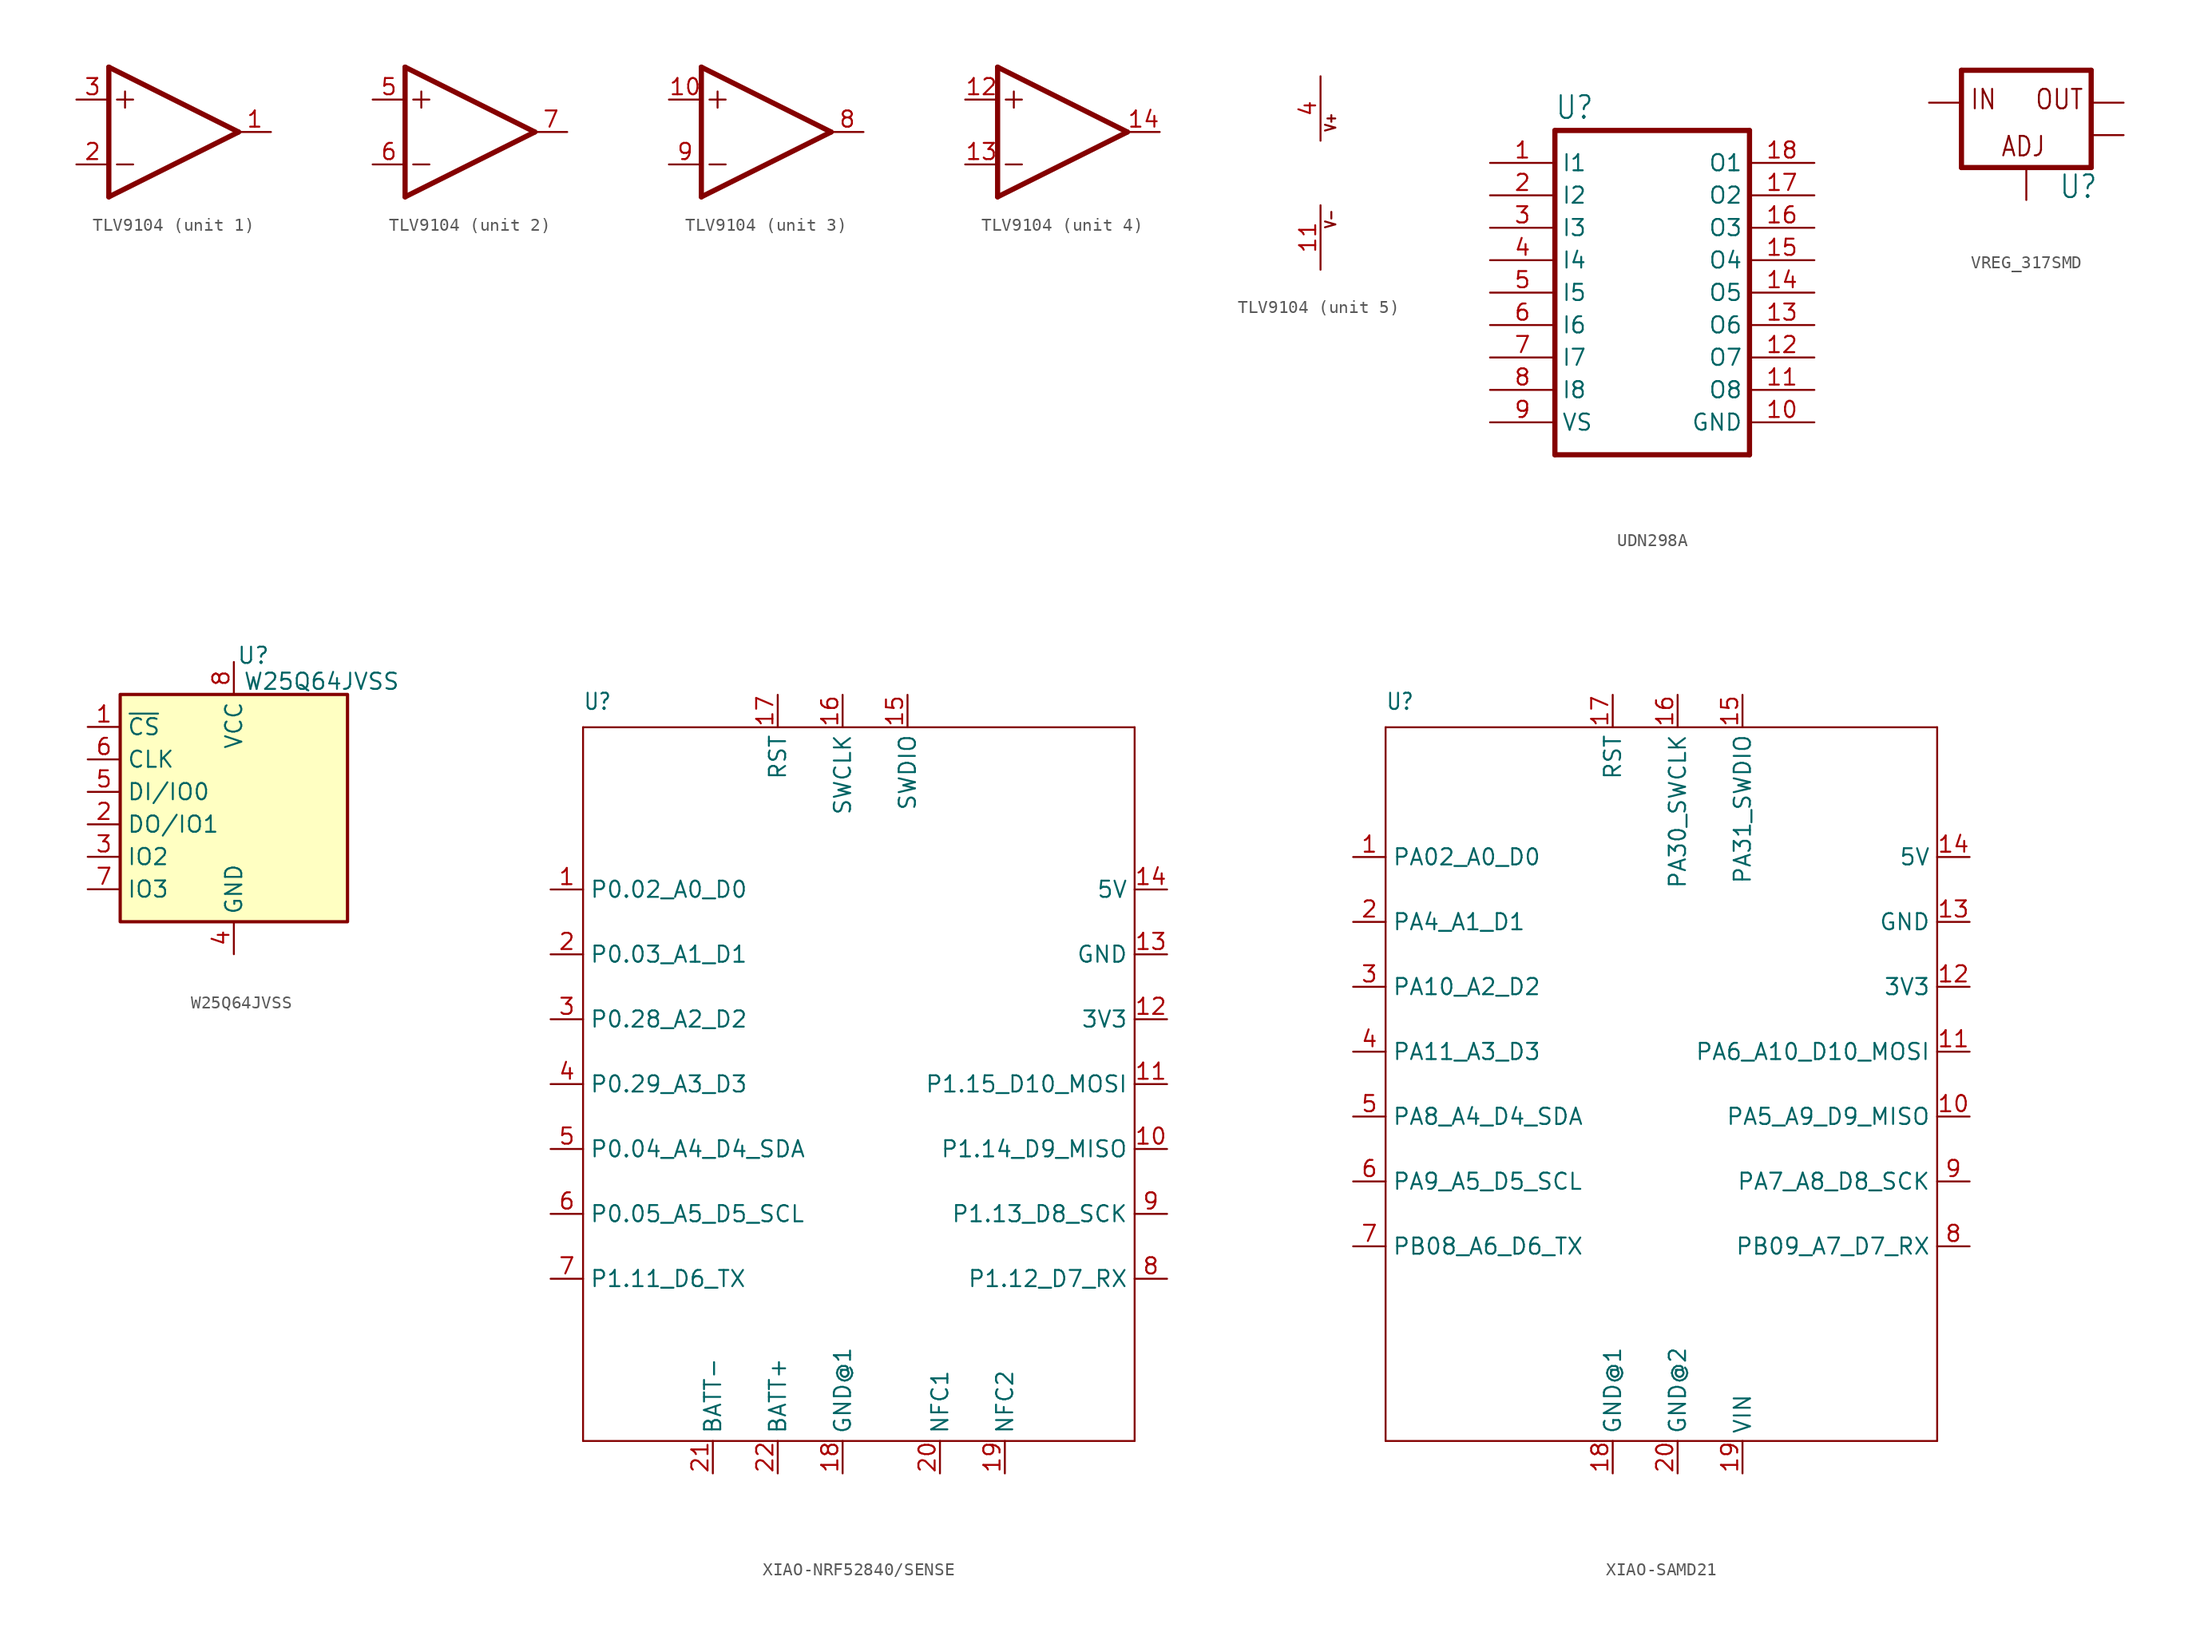
<source format=kicad_sym>
(kicad_symbol_lib
  (version 20241209)
  (generator "kicad_symbol_editor")
  (generator_version "9.0")
  (symbol "TLV9104"
    (property "Reference" "U"
      (at 2.54 3.175 0)
      (effects (font (size 1.778 1.511)) (justify left bottom) (hide yes)))
    (property "ki_locked" ""
      (at 0 0 0)
      (effects (font (size 1.27 1.27))))
    (symbol "TLV9104_1_0"
      (polyline (pts (xy -5.08 5.08) (xy -5.08 -5.08)) (stroke (width 0.406) (type solid)) (fill (type none)))
      (polyline (pts (xy -5.08 -5.08) (xy 5.08 0)) (stroke (width 0.406) (type solid)) (fill (type none)))
      (polyline (pts (xy -4.445 2.54) (xy -3.175 2.54)) (stroke (width 0.152) (type solid)) (fill (type none)))
      (polyline (pts (xy -4.445 -2.54) (xy -3.175 -2.54)) (stroke (width 0.152) (type solid)) (fill (type none)))
      (polyline (pts (xy -3.81 3.175) (xy -3.81 1.905)) (stroke (width 0.152) (type solid)) (fill (type none)))
      (polyline (pts (xy 5.08 0) (xy -5.08 5.08)) (stroke (width 0.406) (type solid)) (fill (type none)))
      (pin input line (at -7.62 2.54 0) (length 2.54) (name "+IN" (effects (font (size 0 0)))) (number "3" (effects (font (size 1.27 1.27)))))
      (pin input line (at -7.62 -2.54 0) (length 2.54) (name "-IN" (effects (font (size 0 0)))) (number "2" (effects (font (size 1.27 1.27)))))
      (pin output line (at 7.62 0 180) (length 2.54) (name "OUT" (effects (font (size 0 0)))) (number "1" (effects (font (size 1.27 1.27))))))
    (symbol "TLV9104_2_0"
      (polyline (pts (xy -5.08 5.08) (xy -5.08 -5.08)) (stroke (width 0.406) (type solid)) (fill (type none)))
      (polyline (pts (xy -5.08 -5.08) (xy 5.08 0)) (stroke (width 0.406) (type solid)) (fill (type none)))
      (polyline (pts (xy -4.445 2.54) (xy -3.175 2.54)) (stroke (width 0.152) (type solid)) (fill (type none)))
      (polyline (pts (xy -4.445 -2.54) (xy -3.175 -2.54)) (stroke (width 0.152) (type solid)) (fill (type none)))
      (polyline (pts (xy -3.81 3.175) (xy -3.81 1.905)) (stroke (width 0.152) (type solid)) (fill (type none)))
      (polyline (pts (xy 5.08 0) (xy -5.08 5.08)) (stroke (width 0.406) (type solid)) (fill (type none)))
      (pin input line (at -7.62 2.54 0) (length 2.54) (name "+IN" (effects (font (size 0 0)))) (number "5" (effects (font (size 1.27 1.27)))))
      (pin input line (at -7.62 -2.54 0) (length 2.54) (name "-IN" (effects (font (size 0 0)))) (number "6" (effects (font (size 1.27 1.27)))))
      (pin output line (at 7.62 0 180) (length 2.54) (name "OUT" (effects (font (size 0 0)))) (number "7" (effects (font (size 1.27 1.27))))))
    (symbol "TLV9104_3_0"
      (polyline (pts (xy -5.08 5.08) (xy -5.08 -5.08)) (stroke (width 0.406) (type solid)) (fill (type none)))
      (polyline (pts (xy -5.08 -5.08) (xy 5.08 0)) (stroke (width 0.406) (type solid)) (fill (type none)))
      (polyline (pts (xy -4.445 2.54) (xy -3.175 2.54)) (stroke (width 0.152) (type solid)) (fill (type none)))
      (polyline (pts (xy -4.445 -2.54) (xy -3.175 -2.54)) (stroke (width 0.152) (type solid)) (fill (type none)))
      (polyline (pts (xy -3.81 3.175) (xy -3.81 1.905)) (stroke (width 0.152) (type solid)) (fill (type none)))
      (polyline (pts (xy 5.08 0) (xy -5.08 5.08)) (stroke (width 0.406) (type solid)) (fill (type none)))
      (pin input line (at -7.62 2.54 0) (length 2.54) (name "+IN" (effects (font (size 0 0)))) (number "10" (effects (font (size 1.27 1.27)))))
      (pin input line (at -7.62 -2.54 0) (length 2.54) (name "-IN" (effects (font (size 0 0)))) (number "9" (effects (font (size 1.27 1.27)))))
      (pin output line (at 7.62 0 180) (length 2.54) (name "OUT" (effects (font (size 0 0)))) (number "8" (effects (font (size 1.27 1.27))))))
    (symbol "TLV9104_4_0"
      (polyline (pts (xy -5.08 5.08) (xy -5.08 -5.08)) (stroke (width 0.406) (type solid)) (fill (type none)))
      (polyline (pts (xy -5.08 -5.08) (xy 5.08 0)) (stroke (width 0.406) (type solid)) (fill (type none)))
      (polyline (pts (xy -4.445 2.54) (xy -3.175 2.54)) (stroke (width 0.152) (type solid)) (fill (type none)))
      (polyline (pts (xy -4.445 -2.54) (xy -3.175 -2.54)) (stroke (width 0.152) (type solid)) (fill (type none)))
      (polyline (pts (xy -3.81 3.175) (xy -3.81 1.905)) (stroke (width 0.152) (type solid)) (fill (type none)))
      (polyline (pts (xy 5.08 0) (xy -5.08 5.08)) (stroke (width 0.406) (type solid)) (fill (type none)))
      (pin input line (at -7.62 2.54 0) (length 2.54) (name "+IN" (effects (font (size 0 0)))) (number "12" (effects (font (size 1.27 1.27)))))
      (pin input line (at -7.62 -2.54 0) (length 2.54) (name "-IN" (effects (font (size 0 0)))) (number "13" (effects (font (size 1.27 1.27)))))
      (pin output line (at 7.62 0 180) (length 2.54) (name "OUT" (effects (font (size 0 0)))) (number "14" (effects (font (size 1.27 1.27))))))
    (symbol "TLV9104_5_0"
      (text "V+" (at 1.27 3.175 900) (effects (font (size 0.813 0.691)) (justify left bottom)))
      (text "V-" (at 1.27 -4.445 900) (effects (font (size 0.813 0.691)) (justify left bottom)))
      (pin power_in line (at 0 7.62 270) (length 5.08) (name "V+" (effects (font (size 0 0)))) (number "4" (effects (font (size 1.27 1.27)))))
      (pin power_in line (at 0 -7.62 90) (length 5.08) (name "V-" (effects (font (size 0 0)))) (number "11" (effects (font (size 1.27 1.27)))))))
  (symbol "UDN298A"
    (property "Reference" "U"
      (at -7.62 13.462 0)
      (effects (font (size 1.778 1.511)) (justify left bottom)))
    (property "Value" ""
      (at -7.62 -15.24 0)
      (effects (font (size 1.778 1.511)) (justify left bottom)))
    (property "ki_locked" ""
      (at 0 0 0)
      (effects (font (size 1.27 1.27))))
    (symbol "UDN298A_1_0"
      (polyline (pts (xy -7.62 12.7) (xy -7.62 -12.7)) (stroke (width 0.406) (type solid)) (fill (type none)))
      (polyline (pts (xy -7.62 12.7) (xy 7.62 12.7)) (stroke (width 0.406) (type solid)) (fill (type none)))
      (polyline (pts (xy 7.62 -12.7) (xy -7.62 -12.7)) (stroke (width 0.406) (type solid)) (fill (type none)))
      (polyline (pts (xy 7.62 -12.7) (xy 7.62 12.7)) (stroke (width 0.406) (type solid)) (fill (type none)))
      (pin input line (at -12.7 10.16 0) (length 5.08) (name "I1" (effects (font (size 1.27 1.27)))) (number "1" (effects (font (size 1.27 1.27)))))
      (pin input line (at -12.7 7.62 0) (length 5.08) (name "I2" (effects (font (size 1.27 1.27)))) (number "2" (effects (font (size 1.27 1.27)))))
      (pin input line (at -12.7 5.08 0) (length 5.08) (name "I3" (effects (font (size 1.27 1.27)))) (number "3" (effects (font (size 1.27 1.27)))))
      (pin input line (at -12.7 2.54 0) (length 5.08) (name "I4" (effects (font (size 1.27 1.27)))) (number "4" (effects (font (size 1.27 1.27)))))
      (pin input line (at -12.7 0 0) (length 5.08) (name "I5" (effects (font (size 1.27 1.27)))) (number "5" (effects (font (size 1.27 1.27)))))
      (pin input line (at -12.7 -2.54 0) (length 5.08) (name "I6" (effects (font (size 1.27 1.27)))) (number "6" (effects (font (size 1.27 1.27)))))
      (pin input line (at -12.7 -5.08 0) (length 5.08) (name "I7" (effects (font (size 1.27 1.27)))) (number "7" (effects (font (size 1.27 1.27)))))
      (pin input line (at -12.7 -7.62 0) (length 5.08) (name "I8" (effects (font (size 1.27 1.27)))) (number "8" (effects (font (size 1.27 1.27)))))
      (pin passive line (at -12.7 -10.16 0) (length 5.08) (name "VS" (effects (font (size 1.27 1.27)))) (number "9" (effects (font (size 1.27 1.27)))))
      (pin open_collector line (at 12.7 10.16 180) (length 5.08) (name "O1" (effects (font (size 1.27 1.27)))) (number "18" (effects (font (size 1.27 1.27)))))
      (pin open_collector line (at 12.7 7.62 180) (length 5.08) (name "O2" (effects (font (size 1.27 1.27)))) (number "17" (effects (font (size 1.27 1.27)))))
      (pin open_collector line (at 12.7 5.08 180) (length 5.08) (name "O3" (effects (font (size 1.27 1.27)))) (number "16" (effects (font (size 1.27 1.27)))))
      (pin open_collector line (at 12.7 2.54 180) (length 5.08) (name "O4" (effects (font (size 1.27 1.27)))) (number "15" (effects (font (size 1.27 1.27)))))
      (pin open_collector line (at 12.7 0 180) (length 5.08) (name "O5" (effects (font (size 1.27 1.27)))) (number "14" (effects (font (size 1.27 1.27)))))
      (pin open_collector line (at 12.7 -2.54 180) (length 5.08) (name "O6" (effects (font (size 1.27 1.27)))) (number "13" (effects (font (size 1.27 1.27)))))
      (pin open_collector line (at 12.7 -5.08 180) (length 5.08) (name "O7" (effects (font (size 1.27 1.27)))) (number "12" (effects (font (size 1.27 1.27)))))
      (pin open_collector line (at 12.7 -7.62 180) (length 5.08) (name "O8" (effects (font (size 1.27 1.27)))) (number "11" (effects (font (size 1.27 1.27)))))
      (pin power_in line (at 12.7 -10.16 180) (length 5.08) (name "GND" (effects (font (size 1.27 1.27)))) (number "10" (effects (font (size 1.27 1.27)))))))
  (symbol "VREG_317SMD"
    (property "Reference" "U"
      (at 2.54 -7.62 0)
      (effects (font (size 1.778 1.511)) (justify left bottom)))
    (property "Value" ""
      (at 2.54 -10.16 0)
      (effects (font (size 1.778 1.511)) (justify left bottom)))
    (property "ki_locked" ""
      (at 0 0 0)
      (effects (font (size 1.27 1.27))))
    (symbol "VREG_317SMD_1_0"
      (polyline (pts (xy -5.08 2.54) (xy -5.08 -5.08)) (stroke (width 0.406) (type solid)) (fill (type none)))
      (polyline (pts (xy -5.08 -5.08) (xy 5.08 -5.08)) (stroke (width 0.406) (type solid)) (fill (type none)))
      (polyline (pts (xy 5.08 2.54) (xy -5.08 2.54)) (stroke (width 0.406) (type solid)) (fill (type none)))
      (polyline (pts (xy 5.08 -5.08) (xy 5.08 2.54)) (stroke (width 0.406) (type solid)) (fill (type none)))
      (text "IN" (at -4.445 -0.635 0) (effects (font (size 1.524 1.295)) (justify left bottom)))
      (text "ADJ" (at -2.032 -4.318 0) (effects (font (size 1.524 1.295)) (justify left bottom)))
      (text "OUT" (at 0.635 -0.635 0) (effects (font (size 1.524 1.295)) (justify left bottom)))
      (pin input line (at -7.62 0 0) (length 2.54) (name "IN" (effects (font (size 0 0)))) (number "3" (effects (font (size 0 0)))))
      (pin input line (at 0 -7.62 90) (length 2.54) (name "ADJ" (effects (font (size 0 0)))) (number "1" (effects (font (size 0 0)))))
      (pin output line (at 7.62 0 180) (length 2.54) (name "OUT1" (effects (font (size 0 0)))) (number "2" (effects (font (size 0 0)))))
      (pin output line (at 7.62 -2.54 180) (length 2.54) (name "OUT2" (effects (font (size 0 0)))) (number "4" (effects (font (size 0 0)))))))
  (symbol "W25Q64JVSS"
    (property "Reference" "U"
      (at 1.524 13.208 0)
      (effects (font (size 1.27 1.27))))
    (property "Value" "W25Q64JVSS"
      (at 6.858 11.176 0)
      (effects (font (size 1.27 1.27))))
    (symbol "W25Q64JVSS_0_1"
      (rectangle (start -8.89 10.16) (end 8.89 -7.62) (stroke (width 0.254) (type default)) (fill (type background))))
    (symbol "W25Q64JVSS_1_1"
      (pin input line (at -11.43 7.62 0) (length 2.54) (name "~{CS}" (effects (font (size 1.27 1.27)))) (number "1" (effects (font (size 1.27 1.27)))))
      (pin input line (at -11.43 5.08 0) (length 2.54) (name "CLK" (effects (font (size 1.27 1.27)))) (number "6" (effects (font (size 1.27 1.27)))))
      (pin bidirectional line (at -11.43 2.54 0) (length 2.54) (name "DI/IO0" (effects (font (size 1.27 1.27)))) (number "5" (effects (font (size 1.27 1.27)))))
      (pin bidirectional line (at -11.43 0 0) (length 2.54) (name "DO/IO1" (effects (font (size 1.27 1.27)))) (number "2" (effects (font (size 1.27 1.27)))))
      (pin bidirectional line (at -11.43 -2.54 0) (length 2.54) (name "IO2" (effects (font (size 1.27 1.27)))) (number "3" (effects (font (size 1.27 1.27)))))
      (pin bidirectional line (at -11.43 -5.08 0) (length 2.54) (name "IO3" (effects (font (size 1.27 1.27)))) (number "7" (effects (font (size 1.27 1.27)))))
      (pin power_in line (at 0 12.7 270) (length 2.54) (name "VCC" (effects (font (size 1.27 1.27)))) (number "8" (effects (font (size 1.27 1.27)))))
      (pin power_in line (at 0 -10.16 90) (length 2.54) (name "GND" (effects (font (size 1.27 1.27)))) (number "4" (effects (font (size 1.27 1.27)))))))
  (symbol "XIAO-NRF52840/SENSE"
    (property "Reference" "U"
      (at -20.32 31.75 0)
      (effects (font (size 1.27 1.079)) (justify left bottom)))
    (property "Value" ""
      (at -20.32 30.48 0)
      (effects (font (size 1.27 1.079)) (justify left bottom)))
    (property "ki_locked" ""
      (at 0 0 0)
      (effects (font (size 1.27 1.27))))
    (symbol "XIAO-NRF52840/SENSE_1_0"
      (polyline (pts (xy -20.32 30.48) (xy -20.32 -25.4)) (stroke (width 0.152) (type solid)) (fill (type none)))
      (polyline (pts (xy -20.32 -25.4) (xy 22.86 -25.4)) (stroke (width 0.152) (type solid)) (fill (type none)))
      (polyline (pts (xy 22.86 30.48) (xy -20.32 30.48)) (stroke (width 0.152) (type solid)) (fill (type none)))
      (polyline (pts (xy 22.86 -25.4) (xy 22.86 30.48)) (stroke (width 0.152) (type solid)) (fill (type none)))
      (pin bidirectional line (at -22.86 17.78 0) (length 2.54) (name "P0.02_A0_D0" (effects (font (size 1.27 1.27)))) (number "1" (effects (font (size 1.27 1.27)))))
      (pin bidirectional line (at -22.86 12.7 0) (length 2.54) (name "P0.03_A1_D1" (effects (font (size 1.27 1.27)))) (number "2" (effects (font (size 1.27 1.27)))))
      (pin bidirectional line (at -22.86 7.62 0) (length 2.54) (name "P0.28_A2_D2" (effects (font (size 1.27 1.27)))) (number "3" (effects (font (size 1.27 1.27)))))
      (pin bidirectional line (at -22.86 2.54 0) (length 2.54) (name "P0.29_A3_D3" (effects (font (size 1.27 1.27)))) (number "4" (effects (font (size 1.27 1.27)))))
      (pin bidirectional line (at -22.86 -2.54 0) (length 2.54) (name "P0.04_A4_D4_SDA" (effects (font (size 1.27 1.27)))) (number "5" (effects (font (size 1.27 1.27)))))
      (pin bidirectional line (at -22.86 -7.62 0) (length 2.54) (name "P0.05_A5_D5_SCL" (effects (font (size 1.27 1.27)))) (number "6" (effects (font (size 1.27 1.27)))))
      (pin bidirectional line (at -22.86 -12.7 0) (length 2.54) (name "P1.11_D6_TX" (effects (font (size 1.27 1.27)))) (number "7" (effects (font (size 1.27 1.27)))))
      (pin bidirectional line (at -10.16 -27.94 90) (length 2.54) (name "BATT-" (effects (font (size 1.27 1.27)))) (number "21" (effects (font (size 1.27 1.27)))))
      (pin bidirectional line (at -5.08 33.02 270) (length 2.54) (name "RST" (effects (font (size 1.27 1.27)))) (number "17" (effects (font (size 1.27 1.27)))))
      (pin bidirectional line (at -5.08 -27.94 90) (length 2.54) (name "BATT+" (effects (font (size 1.27 1.27)))) (number "22" (effects (font (size 1.27 1.27)))))
      (pin bidirectional line (at 0 33.02 270) (length 2.54) (name "SWCLK" (effects (font (size 1.27 1.27)))) (number "16" (effects (font (size 1.27 1.27)))))
      (pin bidirectional line (at 0 -27.94 90) (length 2.54) (name "GND@1" (effects (font (size 1.27 1.27)))) (number "18" (effects (font (size 1.27 1.27)))))
      (pin bidirectional line (at 5.08 33.02 270) (length 2.54) (name "SWDIO" (effects (font (size 1.27 1.27)))) (number "15" (effects (font (size 1.27 1.27)))))
      (pin bidirectional line (at 7.62 -27.94 90) (length 2.54) (name "NFC1" (effects (font (size 1.27 1.27)))) (number "20" (effects (font (size 1.27 1.27)))))
      (pin bidirectional line (at 12.7 -27.94 90) (length 2.54) (name "NFC2" (effects (font (size 1.27 1.27)))) (number "19" (effects (font (size 1.27 1.27)))))
      (pin bidirectional line (at 25.4 17.78 180) (length 2.54) (name "5V" (effects (font (size 1.27 1.27)))) (number "14" (effects (font (size 1.27 1.27)))))
      (pin bidirectional line (at 25.4 12.7 180) (length 2.54) (name "GND" (effects (font (size 1.27 1.27)))) (number "13" (effects (font (size 1.27 1.27)))))
      (pin bidirectional line (at 25.4 7.62 180) (length 2.54) (name "3V3" (effects (font (size 1.27 1.27)))) (number "12" (effects (font (size 1.27 1.27)))))
      (pin bidirectional line (at 25.4 2.54 180) (length 2.54) (name "P1.15_D10_MOSI" (effects (font (size 1.27 1.27)))) (number "11" (effects (font (size 1.27 1.27)))))
      (pin bidirectional line (at 25.4 -2.54 180) (length 2.54) (name "P1.14_D9_MISO" (effects (font (size 1.27 1.27)))) (number "10" (effects (font (size 1.27 1.27)))))
      (pin bidirectional line (at 25.4 -7.62 180) (length 2.54) (name "P1.13_D8_SCK" (effects (font (size 1.27 1.27)))) (number "9" (effects (font (size 1.27 1.27)))))
      (pin bidirectional line (at 25.4 -12.7 180) (length 2.54) (name "P1.12_D7_RX" (effects (font (size 1.27 1.27)))) (number "8" (effects (font (size 1.27 1.27)))))))
  (symbol "XIAO-SAMD21"
    (property "Reference" "U"
      (at -20.32 29.21 0)
      (effects (font (size 1.27 1.079)) (justify left bottom)))
    (property "Value" ""
      (at -20.32 27.94 0)
      (effects (font (size 1.27 1.079)) (justify left bottom)))
    (property "ki_locked" ""
      (at 0 0 0)
      (effects (font (size 1.27 1.27))))
    (symbol "XIAO-SAMD21_1_0"
      (polyline (pts (xy -20.32 27.94) (xy -20.32 -27.94)) (stroke (width 0.152) (type solid)) (fill (type none)))
      (polyline (pts (xy -20.32 -27.94) (xy 22.86 -27.94)) (stroke (width 0.152) (type solid)) (fill (type none)))
      (polyline (pts (xy 22.86 27.94) (xy -20.32 27.94)) (stroke (width 0.152) (type solid)) (fill (type none)))
      (polyline (pts (xy 22.86 -27.94) (xy 22.86 27.94)) (stroke (width 0.152) (type solid)) (fill (type none)))
      (pin bidirectional line (at -22.86 17.78 0) (length 2.54) (name "PA02_A0_D0" (effects (font (size 1.27 1.27)))) (number "1" (effects (font (size 1.27 1.27)))))
      (pin bidirectional line (at -22.86 12.7 0) (length 2.54) (name "PA4_A1_D1" (effects (font (size 1.27 1.27)))) (number "2" (effects (font (size 1.27 1.27)))))
      (pin bidirectional line (at -22.86 7.62 0) (length 2.54) (name "PA10_A2_D2" (effects (font (size 1.27 1.27)))) (number "3" (effects (font (size 1.27 1.27)))))
      (pin bidirectional line (at -22.86 2.54 0) (length 2.54) (name "PA11_A3_D3" (effects (font (size 1.27 1.27)))) (number "4" (effects (font (size 1.27 1.27)))))
      (pin bidirectional line (at -22.86 -2.54 0) (length 2.54) (name "PA8_A4_D4_SDA" (effects (font (size 1.27 1.27)))) (number "5" (effects (font (size 1.27 1.27)))))
      (pin bidirectional line (at -22.86 -7.62 0) (length 2.54) (name "PA9_A5_D5_SCL" (effects (font (size 1.27 1.27)))) (number "6" (effects (font (size 1.27 1.27)))))
      (pin bidirectional line (at -22.86 -12.7 0) (length 2.54) (name "PB08_A6_D6_TX" (effects (font (size 1.27 1.27)))) (number "7" (effects (font (size 1.27 1.27)))))
      (pin bidirectional line (at -2.54 30.48 270) (length 2.54) (name "RST" (effects (font (size 1.27 1.27)))) (number "17" (effects (font (size 1.27 1.27)))))
      (pin bidirectional line (at -2.54 -30.48 90) (length 2.54) (name "GND@1" (effects (font (size 1.27 1.27)))) (number "18" (effects (font (size 1.27 1.27)))))
      (pin bidirectional line (at 2.54 30.48 270) (length 2.54) (name "PA30_SWCLK" (effects (font (size 1.27 1.27)))) (number "16" (effects (font (size 1.27 1.27)))))
      (pin bidirectional line (at 2.54 -30.48 90) (length 2.54) (name "GND@2" (effects (font (size 1.27 1.27)))) (number "20" (effects (font (size 1.27 1.27)))))
      (pin bidirectional line (at 7.62 30.48 270) (length 2.54) (name "PA31_SWDIO" (effects (font (size 1.27 1.27)))) (number "15" (effects (font (size 1.27 1.27)))))
      (pin bidirectional line (at 7.62 -30.48 90) (length 2.54) (name "VIN" (effects (font (size 1.27 1.27)))) (number "19" (effects (font (size 1.27 1.27)))))
      (pin bidirectional line (at 25.4 17.78 180) (length 2.54) (name "5V" (effects (font (size 1.27 1.27)))) (number "14" (effects (font (size 1.27 1.27)))))
      (pin bidirectional line (at 25.4 12.7 180) (length 2.54) (name "GND" (effects (font (size 1.27 1.27)))) (number "13" (effects (font (size 1.27 1.27)))))
      (pin bidirectional line (at 25.4 7.62 180) (length 2.54) (name "3V3" (effects (font (size 1.27 1.27)))) (number "12" (effects (font (size 1.27 1.27)))))
      (pin bidirectional line (at 25.4 2.54 180) (length 2.54) (name "PA6_A10_D10_MOSI" (effects (font (size 1.27 1.27)))) (number "11" (effects (font (size 1.27 1.27)))))
      (pin bidirectional line (at 25.4 -2.54 180) (length 2.54) (name "PA5_A9_D9_MISO" (effects (font (size 1.27 1.27)))) (number "10" (effects (font (size 1.27 1.27)))))
      (pin bidirectional line (at 25.4 -7.62 180) (length 2.54) (name "PA7_A8_D8_SCK" (effects (font (size 1.27 1.27)))) (number "9" (effects (font (size 1.27 1.27)))))
      (pin bidirectional line (at 25.4 -12.7 180) (length 2.54) (name "PB09_A7_D7_RX" (effects (font (size 1.27 1.27)))) (number "8" (effects (font (size 1.27 1.27))))))))
</source>
